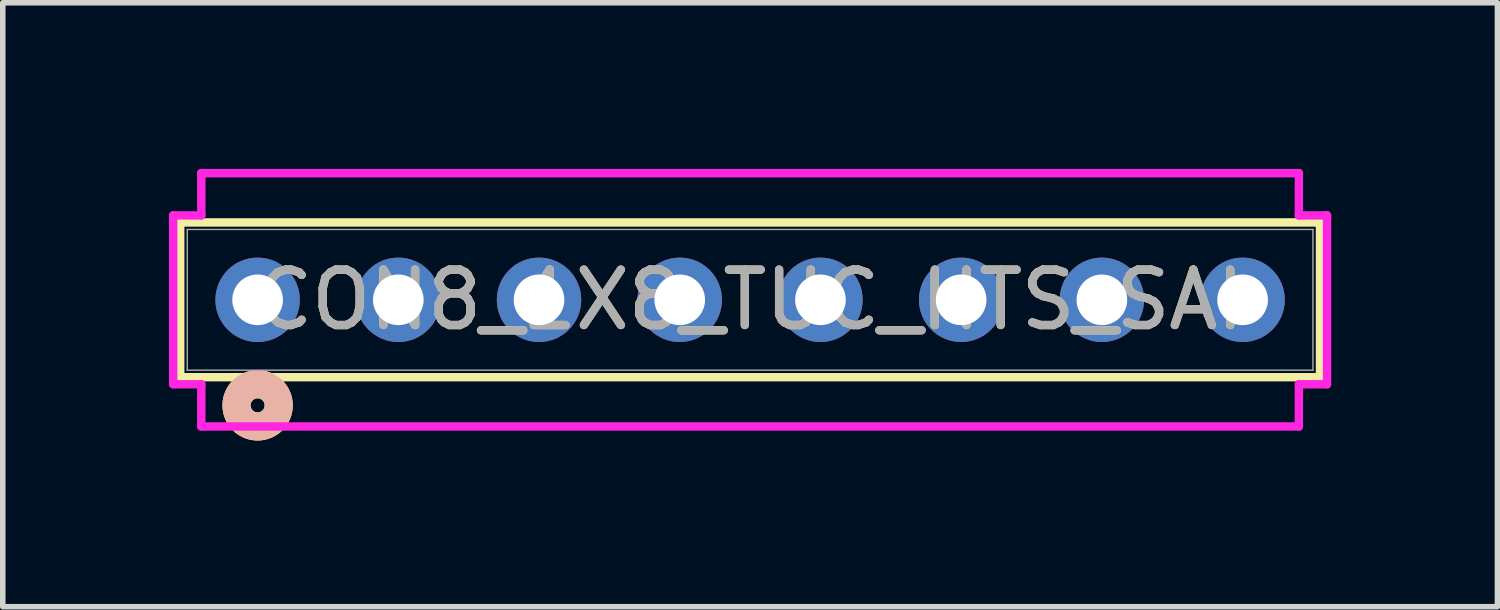
<source format=kicad_pcb>
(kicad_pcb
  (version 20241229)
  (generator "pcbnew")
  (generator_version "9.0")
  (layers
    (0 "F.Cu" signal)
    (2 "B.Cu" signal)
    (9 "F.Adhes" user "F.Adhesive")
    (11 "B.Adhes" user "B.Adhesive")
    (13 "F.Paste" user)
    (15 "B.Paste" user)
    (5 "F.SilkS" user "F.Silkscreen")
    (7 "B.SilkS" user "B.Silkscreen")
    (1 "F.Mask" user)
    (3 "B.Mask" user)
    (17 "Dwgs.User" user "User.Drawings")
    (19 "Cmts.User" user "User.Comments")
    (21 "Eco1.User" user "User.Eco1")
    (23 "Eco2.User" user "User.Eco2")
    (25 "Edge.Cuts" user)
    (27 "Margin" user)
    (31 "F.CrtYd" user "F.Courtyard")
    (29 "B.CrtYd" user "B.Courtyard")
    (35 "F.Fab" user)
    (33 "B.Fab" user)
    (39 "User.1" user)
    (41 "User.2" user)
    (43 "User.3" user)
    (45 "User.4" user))
  (footprint "CON8_1X8_TUC_HTS_SAI"
    (layer "F.Cu")
    (at 10.49 2.362)
    (property "Reference" "CON8_1X8_TUC_HTS_SAI" (at 0 0 0) (unlocked yes) (layer "F.SilkS") (effects (font (size 1 1) (thickness 0.15))))
    (attr through_hole)
    (fp_line (start -10.287 -1.397) (end -10.287 1.397) (stroke (width 0.152) (type solid)) (layer "F.SilkS"))
    (fp_line (start -10.287 1.397) (end 10.287 1.397) (stroke (width 0.152) (type solid)) (layer "F.SilkS"))
    (fp_line (start 10.287 -1.397) (end -10.287 -1.397) (stroke (width 0.152) (type solid)) (layer "F.SilkS"))
    (fp_line (start 10.287 1.397) (end 10.287 -1.397) (stroke (width 0.152) (type solid)) (layer "F.SilkS"))
    (fp_circle (center -8.89 1.905) (end -8.509 1.905) (stroke (width 0.508) (type solid)) (fill no) (layer "F.SilkS"))
    (fp_circle (center -8.89 1.905) (end -8.509 1.905) (stroke (width 0.508) (type solid)) (fill no) (layer "B.SilkS"))
    (fp_line (start -10.414 -1.524) (end -10.414 1.524) (stroke (width 0.152) (type solid)) (layer "F.CrtYd"))
    (fp_line (start -10.414 1.524) (end -9.906 1.524) (stroke (width 0.152) (type solid)) (layer "F.CrtYd"))
    (fp_line (start -9.906 -2.286) (end -9.906 -1.524) (stroke (width 0.152) (type solid)) (layer "F.CrtYd"))
    (fp_line (start -9.906 -1.524) (end -10.414 -1.524) (stroke (width 0.152) (type solid)) (layer "F.CrtYd"))
    (fp_line (start -9.906 1.524) (end -9.906 2.286) (stroke (width 0.152) (type solid)) (layer "F.CrtYd"))
    (fp_line (start -9.906 2.286) (end 9.906 2.286) (stroke (width 0.152) (type solid)) (layer "F.CrtYd"))
    (fp_line (start 9.906 -2.286) (end -9.906 -2.286) (stroke (width 0.152) (type solid)) (layer "F.CrtYd"))
    (fp_line (start 9.906 -1.524) (end 9.906 -2.286) (stroke (width 0.152) (type solid)) (layer "F.CrtYd"))
    (fp_line (start 9.906 1.524) (end 10.414 1.524) (stroke (width 0.152) (type solid)) (layer "F.CrtYd"))
    (fp_line (start 9.906 2.286) (end 9.906 1.524) (stroke (width 0.152) (type solid)) (layer "F.CrtYd"))
    (fp_line (start 10.414 -1.524) (end 9.906 -1.524) (stroke (width 0.152) (type solid)) (layer "F.CrtYd"))
    (fp_line (start 10.414 1.524) (end 10.414 -1.524) (stroke (width 0.152) (type solid)) (layer "F.CrtYd"))
    (fp_line (start -10.16 -1.27) (end -10.16 1.27) (stroke (width 0.025) (type solid)) (layer "F.Fab"))
    (fp_line (start -10.16 1.27) (end 10.16 1.27) (stroke (width 0.025) (type solid)) (layer "F.Fab"))
    (fp_line (start 10.16 -1.27) (end -10.16 -1.27) (stroke (width 0.025) (type solid)) (layer "F.Fab"))
    (fp_line (start 10.16 1.27) (end 10.16 -1.27) (stroke (width 0.025) (type solid)) (layer "F.Fab"))
    (fp_circle (center -8.89 0) (end -8.636 0) (stroke (width 0.025) (type solid)) (fill no) (layer "F.Fab"))
    (fp_text user "${REFERENCE}" (at 0 0 0) (unlocked yes) (layer "F.Fab") (effects (font (size 1 1) (thickness 0.15))))
    (pad "1" thru_hole circle (at -8.89 0 90) (size 1.524 1.524) (drill 0.914) (layers "*.Cu" "*.Mask"))
    (pad "2" thru_hole circle (at -6.35 0 90) (size 1.524 1.524) (drill 0.914) (layers "*.Cu" "*.Mask"))
    (pad "3" thru_hole circle (at -3.81 0 90) (size 1.524 1.524) (drill 0.914) (layers "*.Cu" "*.Mask"))
    (pad "4" thru_hole circle (at -1.27 0 90) (size 1.524 1.524) (drill 0.914) (layers "*.Cu" "*.Mask"))
    (pad "5" thru_hole circle (at 1.27 0 90) (size 1.524 1.524) (drill 0.914) (layers "*.Cu" "*.Mask"))
    (pad "6" thru_hole circle (at 3.81 0 90) (size 1.524 1.524) (drill 0.914) (layers "*.Cu" "*.Mask"))
    (pad "7" thru_hole circle (at 6.35 0 90) (size 1.524 1.524) (drill 0.914) (layers "*.Cu" "*.Mask"))
    (pad "8" thru_hole circle (at 8.89 0 90) (size 1.524 1.524) (drill 0.914) (layers "*.Cu" "*.Mask")))
  (gr_rect
    (start -3 -3)
    (end 23.98 7.902)
    (stroke (width 0.1) (type default))
    (fill no)
    (layer "Edge.Cuts")))
</source>
